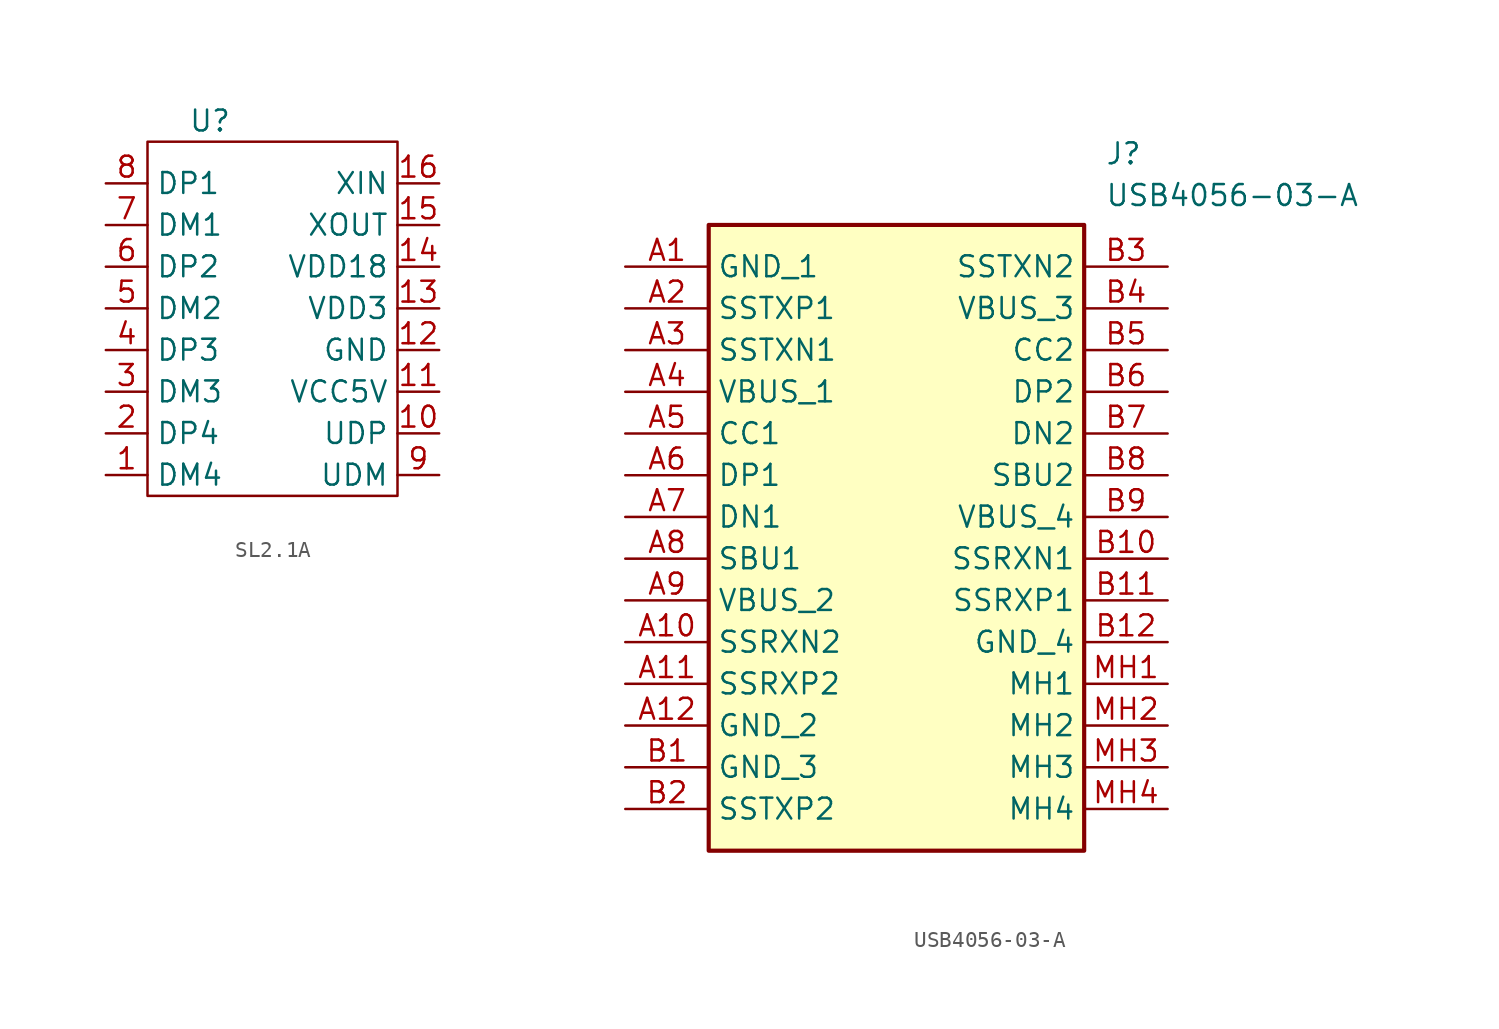
<source format=kicad_sym>
(kicad_symbol_lib
  (version 20231120)
  (generator "kicad_symbol_editor")
  (generator_version "8.0")
  (symbol "SL2.1A"
    (property "Reference" "U"
      (at -3.81 0 0)
      (effects (font (size 1.27 1.27))))
    (property "Value" ""
      (at -3.81 0 0)
      (effects (font (size 1.27 1.27))))
    (symbol "SL2.1A_0_1"
      (rectangle (start -7.62 -1.27) (end 7.62 -22.86) (stroke (width 0) (type default)) (fill (type none))))
    (symbol "SL2.1A_1_1"
      (pin bidirectional line (at -10.16 -21.59 0) (length 2.54) (name "DM4" (effects (font (size 1.27 1.27)))) (number "1" (effects (font (size 1.27 1.27)))))
      (pin bidirectional line (at 10.16 -19.05 180) (length 2.54) (name "UDP" (effects (font (size 1.27 1.27)))) (number "10" (effects (font (size 1.27 1.27)))))
      (pin bidirectional line (at 10.16 -16.51 180) (length 2.54) (name "VCC5V" (effects (font (size 1.27 1.27)))) (number "11" (effects (font (size 1.27 1.27)))))
      (pin bidirectional line (at 10.16 -13.97 180) (length 2.54) (name "GND" (effects (font (size 1.27 1.27)))) (number "12" (effects (font (size 1.27 1.27)))))
      (pin bidirectional line (at 10.16 -11.43 180) (length 2.54) (name "VDD3" (effects (font (size 1.27 1.27)))) (number "13" (effects (font (size 1.27 1.27)))))
      (pin bidirectional line (at 10.16 -8.89 180) (length 2.54) (name "VDD18" (effects (font (size 1.27 1.27)))) (number "14" (effects (font (size 1.27 1.27)))))
      (pin bidirectional line (at 10.16 -6.35 180) (length 2.54) (name "XOUT" (effects (font (size 1.27 1.27)))) (number "15" (effects (font (size 1.27 1.27)))))
      (pin bidirectional line (at 10.16 -3.81 180) (length 2.54) (name "XIN" (effects (font (size 1.27 1.27)))) (number "16" (effects (font (size 1.27 1.27)))))
      (pin bidirectional line (at -10.16 -19.05 0) (length 2.54) (name "DP4" (effects (font (size 1.27 1.27)))) (number "2" (effects (font (size 1.27 1.27)))))
      (pin bidirectional line (at -10.16 -16.51 0) (length 2.54) (name "DM3" (effects (font (size 1.27 1.27)))) (number "3" (effects (font (size 1.27 1.27)))))
      (pin bidirectional line (at -10.16 -13.97 0) (length 2.54) (name "DP3" (effects (font (size 1.27 1.27)))) (number "4" (effects (font (size 1.27 1.27)))))
      (pin bidirectional line (at -10.16 -11.43 0) (length 2.54) (name "DM2" (effects (font (size 1.27 1.27)))) (number "5" (effects (font (size 1.27 1.27)))))
      (pin bidirectional line (at -10.16 -8.89 0) (length 2.54) (name "DP2" (effects (font (size 1.27 1.27)))) (number "6" (effects (font (size 1.27 1.27)))))
      (pin bidirectional line (at -10.16 -6.35 0) (length 2.54) (name "DM1" (effects (font (size 1.27 1.27)))) (number "7" (effects (font (size 1.27 1.27)))))
      (pin bidirectional line (at -10.16 -3.81 0) (length 2.54) (name "DP1" (effects (font (size 1.27 1.27)))) (number "8" (effects (font (size 1.27 1.27)))))
      (pin bidirectional line (at 10.16 -21.59 180) (length 2.54) (name "UDM" (effects (font (size 1.27 1.27)))) (number "9" (effects (font (size 1.27 1.27)))))))
  (symbol "USB4056-03-A"
    (property "Reference" "J"
      (at 29.21 7.62 0)
      (effects (font (size 1.27 1.27)) (justify left top)))
    (property "Value" "USB4056-03-A"
      (at 29.21 5.08 0)
      (effects (font (size 1.27 1.27)) (justify left top)))
    (symbol "USB4056-03-A_1_1"
      (rectangle (start 5.08 2.54) (end 27.94 -35.56) (stroke (width 0.254) (type default)) (fill (type background)))
      (pin passive line (at 0 0 0) (length 5.08) (name "GND_1" (effects (font (size 1.27 1.27)))) (number "A1" (effects (font (size 1.27 1.27)))))
      (pin passive line (at 0 -22.86 0) (length 5.08) (name "SSRXN2" (effects (font (size 1.27 1.27)))) (number "A10" (effects (font (size 1.27 1.27)))))
      (pin passive line (at 0 -25.4 0) (length 5.08) (name "SSRXP2" (effects (font (size 1.27 1.27)))) (number "A11" (effects (font (size 1.27 1.27)))))
      (pin passive line (at 0 -27.94 0) (length 5.08) (name "GND_2" (effects (font (size 1.27 1.27)))) (number "A12" (effects (font (size 1.27 1.27)))))
      (pin output line (at 0 -2.54 0) (length 5.08) (name "SSTXP1" (effects (font (size 1.27 1.27)))) (number "A2" (effects (font (size 1.27 1.27)))))
      (pin output line (at 0 -5.08 0) (length 5.08) (name "SSTXN1" (effects (font (size 1.27 1.27)))) (number "A3" (effects (font (size 1.27 1.27)))))
      (pin power_out line (at 0 -7.62 0) (length 5.08) (name "VBUS_1" (effects (font (size 1.27 1.27)))) (number "A4" (effects (font (size 1.27 1.27)))))
      (pin passive line (at 0 -10.16 0) (length 5.08) (name "CC1" (effects (font (size 1.27 1.27)))) (number "A5" (effects (font (size 1.27 1.27)))))
      (pin bidirectional line (at 0 -12.7 0) (length 5.08) (name "DP1" (effects (font (size 1.27 1.27)))) (number "A6" (effects (font (size 1.27 1.27)))))
      (pin bidirectional line (at 0 -15.24 0) (length 5.08) (name "DN1" (effects (font (size 1.27 1.27)))) (number "A7" (effects (font (size 1.27 1.27)))))
      (pin passive line (at 0 -17.78 0) (length 5.08) (name "SBU1" (effects (font (size 1.27 1.27)))) (number "A8" (effects (font (size 1.27 1.27)))))
      (pin passive line (at 0 -20.32 0) (length 5.08) (name "VBUS_2" (effects (font (size 1.27 1.27)))) (number "A9" (effects (font (size 1.27 1.27)))))
      (pin passive line (at 0 -30.48 0) (length 5.08) (name "GND_3" (effects (font (size 1.27 1.27)))) (number "B1" (effects (font (size 1.27 1.27)))))
      (pin passive line (at 33.02 -17.78 180) (length 5.08) (name "SSRXN1" (effects (font (size 1.27 1.27)))) (number "B10" (effects (font (size 1.27 1.27)))))
      (pin passive line (at 33.02 -20.32 180) (length 5.08) (name "SSRXP1" (effects (font (size 1.27 1.27)))) (number "B11" (effects (font (size 1.27 1.27)))))
      (pin passive line (at 33.02 -22.86 180) (length 5.08) (name "GND_4" (effects (font (size 1.27 1.27)))) (number "B12" (effects (font (size 1.27 1.27)))))
      (pin passive line (at 0 -33.02 0) (length 5.08) (name "SSTXP2" (effects (font (size 1.27 1.27)))) (number "B2" (effects (font (size 1.27 1.27)))))
      (pin passive line (at 33.02 0 180) (length 5.08) (name "SSTXN2" (effects (font (size 1.27 1.27)))) (number "B3" (effects (font (size 1.27 1.27)))))
      (pin passive line (at 33.02 -2.54 180) (length 5.08) (name "VBUS_3" (effects (font (size 1.27 1.27)))) (number "B4" (effects (font (size 1.27 1.27)))))
      (pin passive line (at 33.02 -5.08 180) (length 5.08) (name "CC2" (effects (font (size 1.27 1.27)))) (number "B5" (effects (font (size 1.27 1.27)))))
      (pin passive line (at 33.02 -7.62 180) (length 5.08) (name "DP2" (effects (font (size 1.27 1.27)))) (number "B6" (effects (font (size 1.27 1.27)))))
      (pin passive line (at 33.02 -10.16 180) (length 5.08) (name "DN2" (effects (font (size 1.27 1.27)))) (number "B7" (effects (font (size 1.27 1.27)))))
      (pin passive line (at 33.02 -12.7 180) (length 5.08) (name "SBU2" (effects (font (size 1.27 1.27)))) (number "B8" (effects (font (size 1.27 1.27)))))
      (pin passive line (at 33.02 -15.24 180) (length 5.08) (name "VBUS_4" (effects (font (size 1.27 1.27)))) (number "B9" (effects (font (size 1.27 1.27)))))
      (pin passive line (at 33.02 -25.4 180) (length 5.08) (name "MH1" (effects (font (size 1.27 1.27)))) (number "MH1" (effects (font (size 1.27 1.27)))))
      (pin passive line (at 33.02 -27.94 180) (length 5.08) (name "MH2" (effects (font (size 1.27 1.27)))) (number "MH2" (effects (font (size 1.27 1.27)))))
      (pin passive line (at 33.02 -30.48 180) (length 5.08) (name "MH3" (effects (font (size 1.27 1.27)))) (number "MH3" (effects (font (size 1.27 1.27)))))
      (pin passive line (at 33.02 -33.02 180) (length 5.08) (name "MH4" (effects (font (size 1.27 1.27)))) (number "MH4" (effects (font (size 1.27 1.27))))))))
</source>
